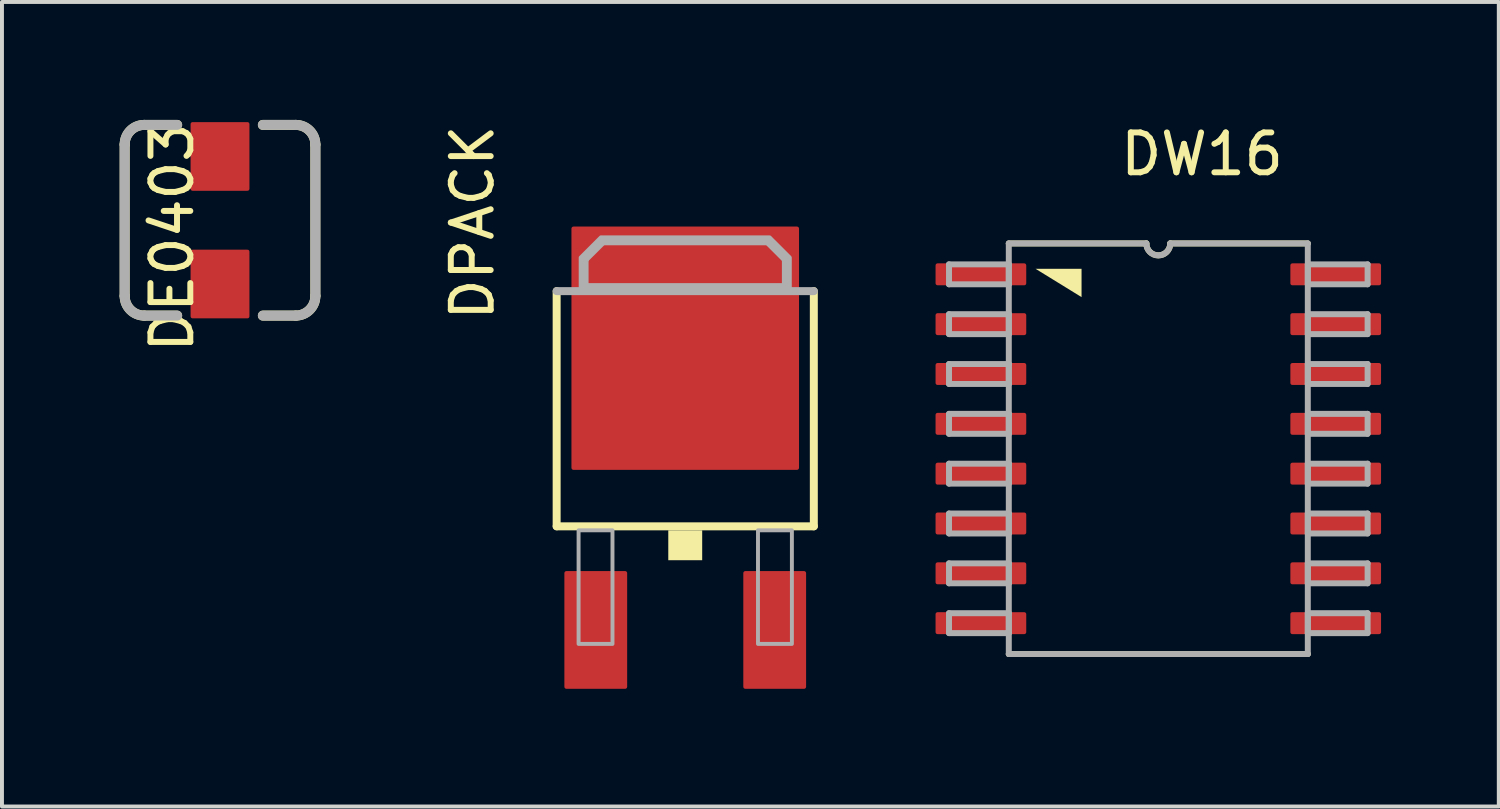
<source format=kicad_pcb>
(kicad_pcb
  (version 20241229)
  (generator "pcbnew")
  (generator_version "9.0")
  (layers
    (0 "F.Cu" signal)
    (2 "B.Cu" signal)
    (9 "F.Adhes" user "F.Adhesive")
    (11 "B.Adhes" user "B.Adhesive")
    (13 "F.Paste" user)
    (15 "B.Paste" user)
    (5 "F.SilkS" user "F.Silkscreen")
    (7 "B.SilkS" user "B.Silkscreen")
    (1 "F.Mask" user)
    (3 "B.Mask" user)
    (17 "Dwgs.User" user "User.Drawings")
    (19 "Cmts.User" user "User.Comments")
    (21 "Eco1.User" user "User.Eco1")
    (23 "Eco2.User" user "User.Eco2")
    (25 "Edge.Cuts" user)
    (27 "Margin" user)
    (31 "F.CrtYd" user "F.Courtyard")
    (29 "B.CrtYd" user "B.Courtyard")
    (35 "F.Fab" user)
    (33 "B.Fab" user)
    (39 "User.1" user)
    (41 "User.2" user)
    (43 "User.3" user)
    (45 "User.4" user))
  (footprint "DPACK"
    (layer "F.Cu")
    (at 14.413 8.204)
    (property "Reference" "DPACK" (at -4.826 -3.015 270) (layer "F.SilkS") (effects (font (size 1.016 1.016) (thickness 0.152)) (justify left bottom)))
    (attr smd)
    (fp_line (start -3.277 2.159) (end -3.277 -3.835) (stroke (width 0.203) (type solid)) (layer "F.SilkS"))
    (fp_line (start 3.277 -3.835) (end 3.277 2.159) (stroke (width 0.203) (type solid)) (layer "F.SilkS"))
    (fp_line (start 3.277 2.159) (end -3.277 2.159) (stroke (width 0.203) (type solid)) (layer "F.SilkS"))
    (fp_poly (pts (xy -0.432 3.023) (xy 0.432 3.023) (xy 0.432 2.261) (xy -0.432 2.261)) (stroke (width 0) (type default)) (fill yes) (layer "F.SilkS"))
    (fp_line (start -3.277 -3.835) (end 3.277 -3.835) (stroke (width 0.203) (type solid)) (layer "F.Fab"))
    (fp_line (start -2.565 -4.648) (end -2.108 -5.105) (stroke (width 0.203) (type solid)) (layer "F.Fab"))
    (fp_line (start -2.565 -3.937) (end -2.565 -4.648) (stroke (width 0.203) (type solid)) (layer "F.Fab"))
    (fp_line (start -2.108 -5.105) (end 2.108 -5.105) (stroke (width 0.203) (type solid)) (layer "F.Fab"))
    (fp_line (start 2.108 -5.105) (end 2.565 -4.648) (stroke (width 0.203) (type solid)) (layer "F.Fab"))
    (fp_line (start 2.565 -4.648) (end 2.565 -3.937) (stroke (width 0.203) (type solid)) (layer "F.Fab"))
    (fp_line (start 2.565 -3.937) (end -2.565 -3.937) (stroke (width 0.203) (type solid)) (layer "F.Fab"))
    (fp_poly (pts (xy -2.718 5.156) (xy -1.854 5.156) (xy -1.854 2.261) (xy -2.718 2.261)) (stroke (width 0.1) (type default)) (fill no) (layer "F.Fab"))
    (fp_poly (pts (xy 1.854 5.156) (xy 2.718 5.156) (xy 2.718 2.261) (xy 1.854 2.261)) (stroke (width 0.1) (type default)) (fill no) (layer "F.Fab"))
    (fp_poly (pts (xy 2.665 -4.69) (xy 2.665 -3.837) (xy -2.665 -3.837) (xy -2.665 -4.69) (xy -2.15 -5.205) (xy 2.15 -5.205)) (stroke (width 0.1) (type default)) (fill no) (layer "F.Fab"))
    (pad "1" smd roundrect (at -2.28 4.8) (size 1.6 3) (layers "F.Cu" "F.Mask" "F.Paste") (roundrect_rratio 0.032))
    (pad "3" smd roundrect (at 2.28 4.8) (size 1.6 3) (layers "F.Cu" "F.Mask" "F.Paste") (roundrect_rratio 0.032))
    (pad "4" smd roundrect (at 0 -2.38) (size 5.8 6.2) (layers "F.Cu" "F.Mask" "F.Paste") (roundrect_rratio 0.009)))
  (footprint "DE0403"
    (layer "F.Cu")
    (at 2.557 2.563)
    (property "Reference" "DE0403" (at -0.625 -2.563 90) (layer "F.SilkS") (effects (font (size 1.016 1.016) (thickness 0.152)) (justify right bottom)))
    (attr smd)
    (fp_line (start -2.43 1.93) (end -2.43 -1.93) (stroke (width 0.254) (type solid)) (layer "F.SilkS"))
    (fp_line (start -1.092 -2.43) (end -1.93 -2.43) (stroke (width 0.254) (type solid)) (layer "F.SilkS"))
    (fp_line (start -1.092 2.43) (end -1.93 2.43) (stroke (width 0.254) (type solid)) (layer "F.SilkS"))
    (fp_line (start 1.092 -2.43) (end 1.93 -2.43) (stroke (width 0.254) (type solid)) (layer "F.SilkS"))
    (fp_line (start 1.092 2.43) (end 1.93 2.43) (stroke (width 0.254) (type solid)) (layer "F.SilkS"))
    (fp_line (start 2.43 -1.93) (end 2.43 1.93) (stroke (width 0.254) (type solid)) (layer "F.SilkS"))
    (fp_arc (start -2.43 -1.93) (mid -2.283553 -2.283553) (end -1.93 -2.43) (stroke (width 0.254) (type solid)) (layer "F.SilkS"))
    (fp_arc (start -1.93 2.43) (mid -2.283553 2.283553) (end -2.43 1.93) (stroke (width 0.254) (type solid)) (layer "F.SilkS"))
    (fp_arc (start 1.93 -2.43) (mid 2.283553 -2.283553) (end 2.43 -1.93) (stroke (width 0.254) (type solid)) (layer "F.SilkS"))
    (fp_arc (start 2.43 1.93) (mid 2.283553 2.283553) (end 1.93 2.43) (stroke (width 0.254) (type solid)) (layer "F.SilkS"))
    (fp_line (start -2.43 1.93) (end -2.43 -1.93) (stroke (width 0.254) (type solid)) (layer "F.Fab"))
    (fp_line (start -1.092 -2.43) (end -1.93 -2.43) (stroke (width 0.254) (type solid)) (layer "F.Fab"))
    (fp_line (start -1.092 2.43) (end -1.93 2.43) (stroke (width 0.254) (type solid)) (layer "F.Fab"))
    (fp_line (start 1.092 -2.43) (end 1.93 -2.43) (stroke (width 0.254) (type solid)) (layer "F.Fab"))
    (fp_line (start 1.092 2.43) (end 1.93 2.43) (stroke (width 0.254) (type solid)) (layer "F.Fab"))
    (fp_line (start 2.43 -1.93) (end 2.43 1.93) (stroke (width 0.254) (type solid)) (layer "F.Fab"))
    (fp_arc (start -2.43 -1.93) (mid -2.283553 -2.283553) (end -1.93 -2.43) (stroke (width 0.254) (type solid)) (layer "F.Fab"))
    (fp_arc (start -1.93 2.43) (mid -2.283553 2.283553) (end -2.43 1.93) (stroke (width 0.254) (type solid)) (layer "F.Fab"))
    (fp_arc (start 1.93 -2.43) (mid 2.283553 -2.283553) (end 2.43 -1.93) (stroke (width 0.254) (type solid)) (layer "F.Fab"))
    (fp_arc (start 2.43 1.93) (mid 2.283553 2.283553) (end 1.93 2.43) (stroke (width 0.254) (type solid)) (layer "F.Fab"))
    (pad "1" smd roundrect (at 0 -1.626) (size 1.5 1.75) (layers "F.Cu" "F.Mask" "F.Paste") (roundrect_rratio 0.034))
    (pad "2" smd roundrect (at 0 1.625) (size 1.5 1.75) (layers "F.Cu" "F.Mask" "F.Paste") (roundrect_rratio 0.034)))
  (footprint "DW16"
    (layer "F.Cu")
    (at 26.469 8.386)
    (property "Reference" "DW16" (at -1.042 -6.913 180) (layer "F.SilkS") (effects (font (size 1.016 1.016) (thickness 0.152)) (justify left bottom)))
    (attr smd)
    (fp_line (start -3.81 5.232) (end 3.81 5.232) (stroke (width 0.152) (type solid)) (layer "F.SilkS"))
    (fp_line (start -0.305 -5.232) (end -3.81 -5.232) (stroke (width 0.152) (type solid)) (layer "F.SilkS"))
    (fp_line (start 3.81 -5.232) (end 0.305 -5.232) (stroke (width 0.152) (type solid)) (layer "F.SilkS"))
    (fp_arc (start 0.3048 -5.2324) (mid 0 -4.9276) (end -0.3048 -5.2324) (stroke (width 0.1524) (type solid)) (layer "F.SilkS"))
    (fp_poly (pts (xy -1.956 -3.864) (xy -3.127 -4.585) (xy -1.956 -4.585)) (stroke (width 0) (type default)) (fill yes) (layer "F.SilkS"))
    (fp_line (start -5.334 -4.699) (end -5.334 -4.191) (stroke (width 0.152) (type solid)) (layer "F.Fab"))
    (fp_line (start -5.334 -4.191) (end -3.81 -4.191) (stroke (width 0.152) (type solid)) (layer "F.Fab"))
    (fp_line (start -5.334 -3.429) (end -5.334 -2.921) (stroke (width 0.152) (type solid)) (layer "F.Fab"))
    (fp_line (start -5.334 -2.921) (end -3.81 -2.921) (stroke (width 0.152) (type solid)) (layer "F.Fab"))
    (fp_line (start -5.334 -2.159) (end -5.334 -1.651) (stroke (width 0.152) (type solid)) (layer "F.Fab"))
    (fp_line (start -5.334 -1.651) (end -3.81 -1.651) (stroke (width 0.152) (type solid)) (layer "F.Fab"))
    (fp_line (start -5.334 -0.889) (end -5.334 -0.381) (stroke (width 0.152) (type solid)) (layer "F.Fab"))
    (fp_line (start -5.334 -0.381) (end -3.81 -0.381) (stroke (width 0.152) (type solid)) (layer "F.Fab"))
    (fp_line (start -5.334 0.381) (end -5.334 0.889) (stroke (width 0.152) (type solid)) (layer "F.Fab"))
    (fp_line (start -5.334 0.889) (end -3.81 0.889) (stroke (width 0.152) (type solid)) (layer "F.Fab"))
    (fp_line (start -5.334 1.651) (end -5.334 2.159) (stroke (width 0.152) (type solid)) (layer "F.Fab"))
    (fp_line (start -5.334 2.159) (end -3.81 2.159) (stroke (width 0.152) (type solid)) (layer "F.Fab"))
    (fp_line (start -5.334 2.921) (end -5.334 3.429) (stroke (width 0.152) (type solid)) (layer "F.Fab"))
    (fp_line (start -5.334 3.429) (end -3.81 3.429) (stroke (width 0.152) (type solid)) (layer "F.Fab"))
    (fp_line (start -5.334 4.191) (end -5.334 4.699) (stroke (width 0.152) (type solid)) (layer "F.Fab"))
    (fp_line (start -5.334 4.699) (end -3.81 4.699) (stroke (width 0.152) (type solid)) (layer "F.Fab"))
    (fp_line (start -3.81 -5.232) (end -3.81 5.232) (stroke (width 0.152) (type solid)) (layer "F.Fab"))
    (fp_line (start -3.81 -4.699) (end -5.334 -4.699) (stroke (width 0.152) (type solid)) (layer "F.Fab"))
    (fp_line (start -3.81 -4.191) (end -3.81 -4.699) (stroke (width 0.152) (type solid)) (layer "F.Fab"))
    (fp_line (start -3.81 -3.429) (end -5.334 -3.429) (stroke (width 0.152) (type solid)) (layer "F.Fab"))
    (fp_line (start -3.81 -2.921) (end -3.81 -3.429) (stroke (width 0.152) (type solid)) (layer "F.Fab"))
    (fp_line (start -3.81 -2.159) (end -5.334 -2.159) (stroke (width 0.152) (type solid)) (layer "F.Fab"))
    (fp_line (start -3.81 -1.651) (end -3.81 -2.159) (stroke (width 0.152) (type solid)) (layer "F.Fab"))
    (fp_line (start -3.81 -0.889) (end -5.334 -0.889) (stroke (width 0.152) (type solid)) (layer "F.Fab"))
    (fp_line (start -3.81 -0.381) (end -3.81 -0.889) (stroke (width 0.152) (type solid)) (layer "F.Fab"))
    (fp_line (start -3.81 0.381) (end -5.334 0.381) (stroke (width 0.152) (type solid)) (layer "F.Fab"))
    (fp_line (start -3.81 0.889) (end -3.81 0.381) (stroke (width 0.152) (type solid)) (layer "F.Fab"))
    (fp_line (start -3.81 1.651) (end -5.334 1.651) (stroke (width 0.152) (type solid)) (layer "F.Fab"))
    (fp_line (start -3.81 2.159) (end -3.81 1.651) (stroke (width 0.152) (type solid)) (layer "F.Fab"))
    (fp_line (start -3.81 2.921) (end -5.334 2.921) (stroke (width 0.152) (type solid)) (layer "F.Fab"))
    (fp_line (start -3.81 3.429) (end -3.81 2.921) (stroke (width 0.152) (type solid)) (layer "F.Fab"))
    (fp_line (start -3.81 4.191) (end -5.334 4.191) (stroke (width 0.152) (type solid)) (layer "F.Fab"))
    (fp_line (start -3.81 4.699) (end -3.81 4.191) (stroke (width 0.152) (type solid)) (layer "F.Fab"))
    (fp_line (start -3.81 5.232) (end 3.81 5.232) (stroke (width 0.152) (type solid)) (layer "F.Fab"))
    (fp_line (start -0.305 -5.232) (end -3.81 -5.232) (stroke (width 0.152) (type solid)) (layer "F.Fab"))
    (fp_line (start 3.81 -5.232) (end 0.305 -5.232) (stroke (width 0.152) (type solid)) (layer "F.Fab"))
    (fp_line (start 3.81 -4.699) (end 3.81 -4.191) (stroke (width 0.152) (type solid)) (layer "F.Fab"))
    (fp_line (start 3.81 -4.191) (end 5.334 -4.191) (stroke (width 0.152) (type solid)) (layer "F.Fab"))
    (fp_line (start 3.81 -3.429) (end 3.81 -2.921) (stroke (width 0.152) (type solid)) (layer "F.Fab"))
    (fp_line (start 3.81 -2.921) (end 5.334 -2.921) (stroke (width 0.152) (type solid)) (layer "F.Fab"))
    (fp_line (start 3.81 -2.159) (end 3.81 -1.651) (stroke (width 0.152) (type solid)) (layer "F.Fab"))
    (fp_line (start 3.81 -1.651) (end 5.334 -1.651) (stroke (width 0.152) (type solid)) (layer "F.Fab"))
    (fp_line (start 3.81 -0.889) (end 3.81 -0.381) (stroke (width 0.152) (type solid)) (layer "F.Fab"))
    (fp_line (start 3.81 -0.381) (end 5.334 -0.381) (stroke (width 0.152) (type solid)) (layer "F.Fab"))
    (fp_line (start 3.81 0.381) (end 3.81 0.889) (stroke (width 0.152) (type solid)) (layer "F.Fab"))
    (fp_line (start 3.81 0.889) (end 5.334 0.889) (stroke (width 0.152) (type solid)) (layer "F.Fab"))
    (fp_line (start 3.81 1.651) (end 3.81 2.159) (stroke (width 0.152) (type solid)) (layer "F.Fab"))
    (fp_line (start 3.81 2.159) (end 5.334 2.159) (stroke (width 0.152) (type solid)) (layer "F.Fab"))
    (fp_line (start 3.81 2.921) (end 3.81 3.429) (stroke (width 0.152) (type solid)) (layer "F.Fab"))
    (fp_line (start 3.81 3.429) (end 5.334 3.429) (stroke (width 0.152) (type solid)) (layer "F.Fab"))
    (fp_line (start 3.81 4.191) (end 3.81 4.699) (stroke (width 0.152) (type solid)) (layer "F.Fab"))
    (fp_line (start 3.81 4.699) (end 5.334 4.699) (stroke (width 0.152) (type solid)) (layer "F.Fab"))
    (fp_line (start 3.81 5.232) (end 3.81 -5.232) (stroke (width 0.152) (type solid)) (layer "F.Fab"))
    (fp_line (start 5.334 -4.699) (end 3.81 -4.699) (stroke (width 0.152) (type solid)) (layer "F.Fab"))
    (fp_line (start 5.334 -4.191) (end 5.334 -4.699) (stroke (width 0.152) (type solid)) (layer "F.Fab"))
    (fp_line (start 5.334 -3.429) (end 3.81 -3.429) (stroke (width 0.152) (type solid)) (layer "F.Fab"))
    (fp_line (start 5.334 -2.921) (end 5.334 -3.429) (stroke (width 0.152) (type solid)) (layer "F.Fab"))
    (fp_line (start 5.334 -2.159) (end 3.81 -2.159) (stroke (width 0.152) (type solid)) (layer "F.Fab"))
    (fp_line (start 5.334 -1.651) (end 5.334 -2.159) (stroke (width 0.152) (type solid)) (layer "F.Fab"))
    (fp_line (start 5.334 -0.889) (end 3.81 -0.889) (stroke (width 0.152) (type solid)) (layer "F.Fab"))
    (fp_line (start 5.334 -0.381) (end 5.334 -0.889) (stroke (width 0.152) (type solid)) (layer "F.Fab"))
    (fp_line (start 5.334 0.381) (end 3.81 0.381) (stroke (width 0.152) (type solid)) (layer "F.Fab"))
    (fp_line (start 5.334 0.889) (end 5.334 0.381) (stroke (width 0.152) (type solid)) (layer "F.Fab"))
    (fp_line (start 5.334 1.651) (end 3.81 1.651) (stroke (width 0.152) (type solid)) (layer "F.Fab"))
    (fp_line (start 5.334 2.159) (end 5.334 1.651) (stroke (width 0.152) (type solid)) (layer "F.Fab"))
    (fp_line (start 5.334 2.921) (end 3.81 2.921) (stroke (width 0.152) (type solid)) (layer "F.Fab"))
    (fp_line (start 5.334 3.429) (end 5.334 2.921) (stroke (width 0.152) (type solid)) (layer "F.Fab"))
    (fp_line (start 5.334 4.191) (end 3.81 4.191) (stroke (width 0.152) (type solid)) (layer "F.Fab"))
    (fp_line (start 5.334 4.699) (end 5.334 4.191) (stroke (width 0.152) (type solid)) (layer "F.Fab"))
    (fp_arc (start 0.3048 -5.2324) (mid 0 -4.9276) (end -0.3048 -5.2324) (stroke (width 0.1524) (type solid)) (layer "F.Fab"))
    (pad "1" smd roundrect (at -4.521 -4.445) (size 2.311 0.559) (layers "F.Cu" "F.Mask" "F.Paste") (roundrect_rratio 0.091))
    (pad "2" smd roundrect (at -4.521 -3.175) (size 2.311 0.559) (layers "F.Cu" "F.Mask" "F.Paste") (roundrect_rratio 0.091))
    (pad "3" smd roundrect (at -4.521 -1.905) (size 2.311 0.559) (layers "F.Cu" "F.Mask" "F.Paste") (roundrect_rratio 0.091))
    (pad "4" smd roundrect (at -4.521 -0.635) (size 2.311 0.559) (layers "F.Cu" "F.Mask" "F.Paste") (roundrect_rratio 0.091))
    (pad "5" smd roundrect (at -4.521 0.635) (size 2.311 0.559) (layers "F.Cu" "F.Mask" "F.Paste") (roundrect_rratio 0.091))
    (pad "6" smd roundrect (at -4.521 1.905) (size 2.311 0.559) (layers "F.Cu" "F.Mask" "F.Paste") (roundrect_rratio 0.091))
    (pad "7" smd roundrect (at -4.521 3.175) (size 2.311 0.559) (layers "F.Cu" "F.Mask" "F.Paste") (roundrect_rratio 0.091))
    (pad "8" smd roundrect (at -4.521 4.445) (size 2.311 0.559) (layers "F.Cu" "F.Mask" "F.Paste") (roundrect_rratio 0.091))
    (pad "9" smd roundrect (at 4.521 4.445) (size 2.311 0.559) (layers "F.Cu" "F.Mask" "F.Paste") (roundrect_rratio 0.091))
    (pad "10" smd roundrect (at 4.521 3.175) (size 2.311 0.559) (layers "F.Cu" "F.Mask" "F.Paste") (roundrect_rratio 0.091))
    (pad "11" smd roundrect (at 4.521 1.905) (size 2.311 0.559) (layers "F.Cu" "F.Mask" "F.Paste") (roundrect_rratio 0.091))
    (pad "12" smd roundrect (at 4.521 0.635) (size 2.311 0.559) (layers "F.Cu" "F.Mask" "F.Paste") (roundrect_rratio 0.091))
    (pad "13" smd roundrect (at 4.521 -0.635) (size 2.311 0.559) (layers "F.Cu" "F.Mask" "F.Paste") (roundrect_rratio 0.091))
    (pad "14" smd roundrect (at 4.521 -1.905) (size 2.311 0.559) (layers "F.Cu" "F.Mask" "F.Paste") (roundrect_rratio 0.091))
    (pad "15" smd roundrect (at 4.521 -3.175) (size 2.311 0.559) (layers "F.Cu" "F.Mask" "F.Paste") (roundrect_rratio 0.091))
    (pad "16" smd roundrect (at 4.521 -4.445) (size 2.311 0.559) (layers "F.Cu" "F.Mask" "F.Paste") (roundrect_rratio 0.091)))
  (gr_rect
    (start -3 -3)
    (end 35.146 17.504)
    (stroke (width 0.1) (type default))
    (fill no)
    (layer "Edge.Cuts")))
</source>
